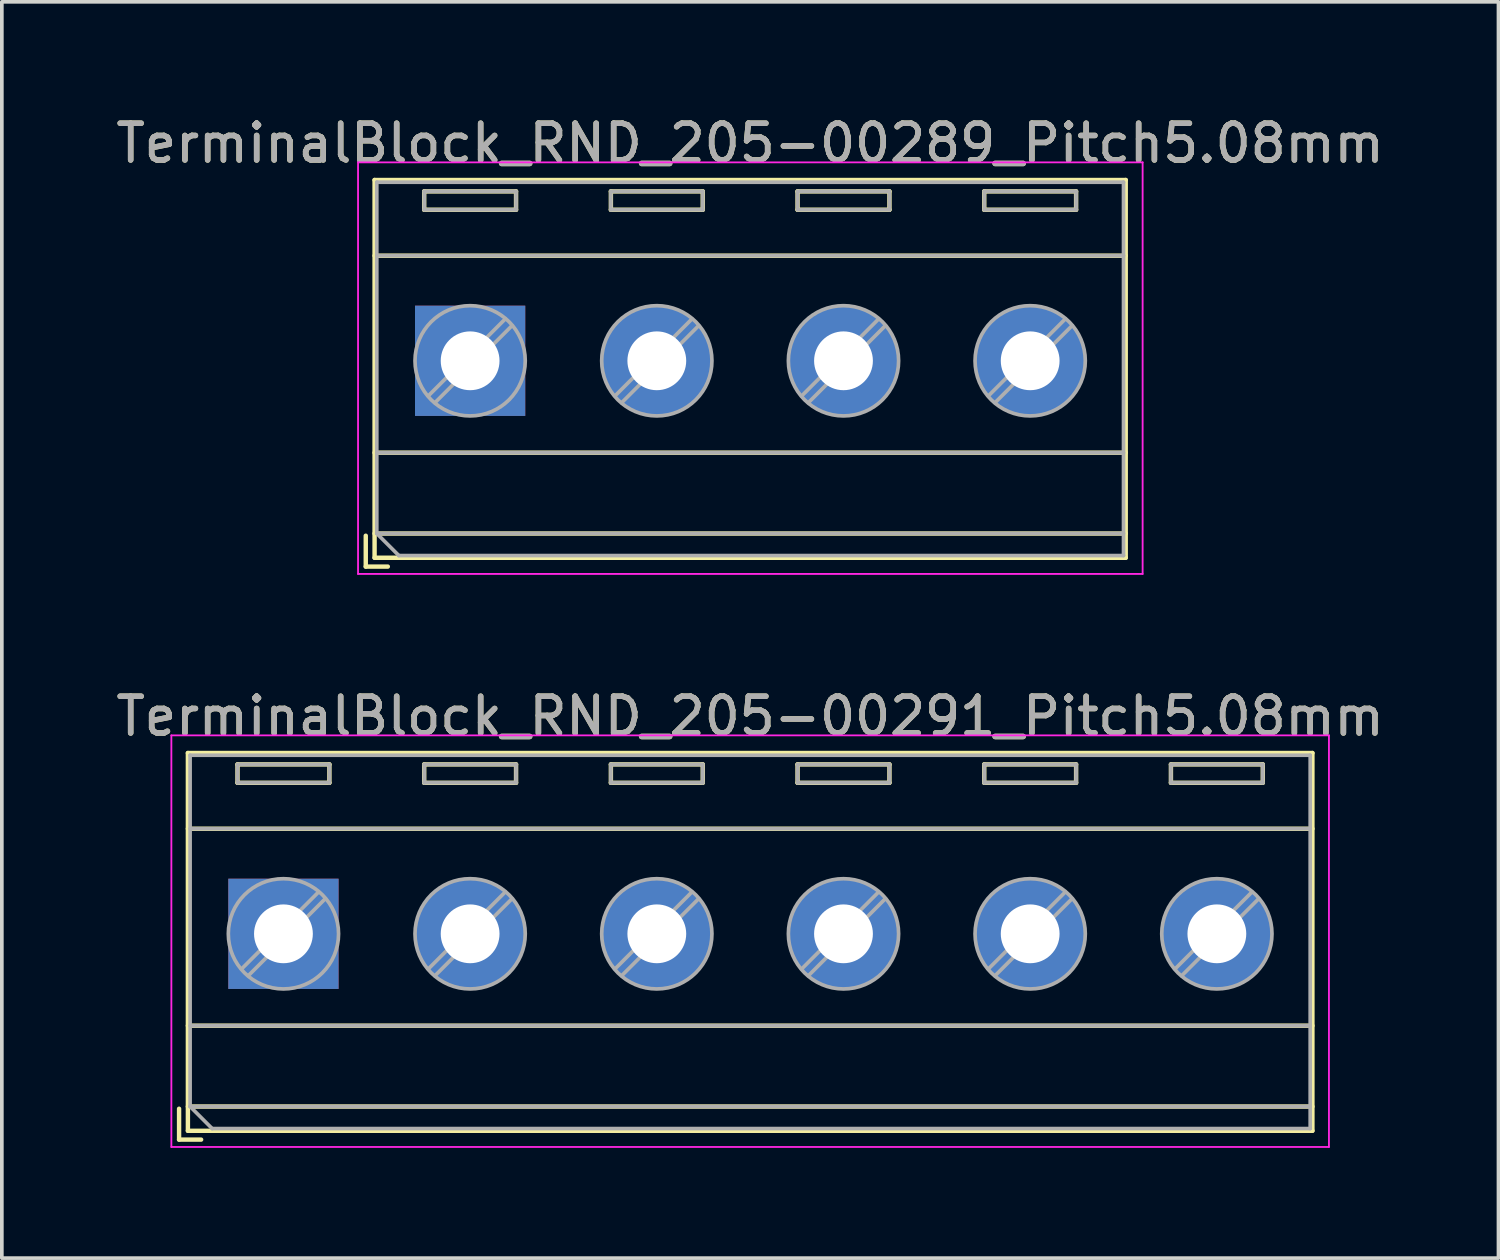
<source format=kicad_pcb>
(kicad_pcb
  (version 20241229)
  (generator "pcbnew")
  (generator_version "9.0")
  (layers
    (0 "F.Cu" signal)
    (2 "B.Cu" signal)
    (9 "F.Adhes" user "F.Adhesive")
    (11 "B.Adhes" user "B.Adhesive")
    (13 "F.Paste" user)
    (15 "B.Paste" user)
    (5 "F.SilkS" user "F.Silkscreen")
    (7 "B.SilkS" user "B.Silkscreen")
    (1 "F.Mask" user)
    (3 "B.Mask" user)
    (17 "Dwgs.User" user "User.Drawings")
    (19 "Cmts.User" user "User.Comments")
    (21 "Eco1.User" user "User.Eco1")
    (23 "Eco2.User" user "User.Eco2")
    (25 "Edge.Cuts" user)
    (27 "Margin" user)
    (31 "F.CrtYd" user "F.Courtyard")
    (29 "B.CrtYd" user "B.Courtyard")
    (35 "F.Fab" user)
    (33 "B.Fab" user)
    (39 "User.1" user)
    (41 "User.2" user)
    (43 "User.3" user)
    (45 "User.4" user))
  (footprint "TerminalBlock_RND_205-00291_Pitch5.08mm"
    (layer "F.Cu")
    (at 4.663 22.361)
    (property "Reference" "TerminalBlock_RND_205-00291_Pitch5.08mm" (at 12.7 -5.92 0) (layer "F.SilkS") (effects (font (size 1 1) (thickness 0.15))))
    (attr through_hole)
    (fp_line (start -2.84 4.76) (end -2.84 5.6) (stroke (width 0.12) (type solid)) (layer "F.SilkS"))
    (fp_line (start -2.84 5.6) (end -2.24 5.6) (stroke (width 0.12) (type solid)) (layer "F.SilkS"))
    (fp_line (start -2.6 -4.92) (end -2.6 5.36) (stroke (width 0.12) (type solid)) (layer "F.SilkS"))
    (fp_line (start -2.6 -2.86) (end 28 -2.86) (stroke (width 0.12) (type solid)) (layer "F.SilkS"))
    (fp_line (start -2.6 2.5) (end 28 2.5) (stroke (width 0.12) (type solid)) (layer "F.SilkS"))
    (fp_line (start -2.6 4.7) (end 28 4.7) (stroke (width 0.12) (type solid)) (layer "F.SilkS"))
    (fp_line (start -2.6 5.36) (end 28 5.36) (stroke (width 0.12) (type solid)) (layer "F.SilkS"))
    (fp_line (start -1.25 -4.61) (end -1.25 -4.11) (stroke (width 0.12) (type solid)) (layer "F.SilkS"))
    (fp_line (start -1.25 -4.61) (end 1.25 -4.61) (stroke (width 0.12) (type solid)) (layer "F.SilkS"))
    (fp_line (start -1.25 -4.11) (end 1.25 -4.11) (stroke (width 0.12) (type solid)) (layer "F.SilkS"))
    (fp_line (start 1.25 -4.61) (end 1.25 -4.11) (stroke (width 0.12) (type solid)) (layer "F.SilkS"))
    (fp_line (start 3.83 -4.61) (end 3.83 -4.11) (stroke (width 0.12) (type solid)) (layer "F.SilkS"))
    (fp_line (start 3.83 -4.61) (end 6.33 -4.61) (stroke (width 0.12) (type solid)) (layer "F.SilkS"))
    (fp_line (start 3.83 -4.11) (end 6.33 -4.11) (stroke (width 0.12) (type solid)) (layer "F.SilkS"))
    (fp_line (start 6.33 -4.61) (end 6.33 -4.11) (stroke (width 0.12) (type solid)) (layer "F.SilkS"))
    (fp_line (start 8.91 -4.61) (end 8.91 -4.11) (stroke (width 0.12) (type solid)) (layer "F.SilkS"))
    (fp_line (start 8.91 -4.61) (end 11.41 -4.61) (stroke (width 0.12) (type solid)) (layer "F.SilkS"))
    (fp_line (start 8.91 -4.11) (end 11.41 -4.11) (stroke (width 0.12) (type solid)) (layer "F.SilkS"))
    (fp_line (start 11.41 -4.61) (end 11.41 -4.11) (stroke (width 0.12) (type solid)) (layer "F.SilkS"))
    (fp_line (start 13.99 -4.61) (end 13.99 -4.11) (stroke (width 0.12) (type solid)) (layer "F.SilkS"))
    (fp_line (start 13.99 -4.61) (end 16.49 -4.61) (stroke (width 0.12) (type solid)) (layer "F.SilkS"))
    (fp_line (start 13.99 -4.11) (end 16.49 -4.11) (stroke (width 0.12) (type solid)) (layer "F.SilkS"))
    (fp_line (start 16.49 -4.61) (end 16.49 -4.11) (stroke (width 0.12) (type solid)) (layer "F.SilkS"))
    (fp_line (start 19.07 -4.61) (end 19.07 -4.11) (stroke (width 0.12) (type solid)) (layer "F.SilkS"))
    (fp_line (start 19.07 -4.61) (end 21.57 -4.61) (stroke (width 0.12) (type solid)) (layer "F.SilkS"))
    (fp_line (start 19.07 -4.11) (end 21.57 -4.11) (stroke (width 0.12) (type solid)) (layer "F.SilkS"))
    (fp_line (start 21.57 -4.61) (end 21.57 -4.11) (stroke (width 0.12) (type solid)) (layer "F.SilkS"))
    (fp_line (start 24.15 -4.61) (end 24.15 -4.11) (stroke (width 0.12) (type solid)) (layer "F.SilkS"))
    (fp_line (start 24.15 -4.61) (end 26.65 -4.61) (stroke (width 0.12) (type solid)) (layer "F.SilkS"))
    (fp_line (start 24.15 -4.11) (end 26.65 -4.11) (stroke (width 0.12) (type solid)) (layer "F.SilkS"))
    (fp_line (start 26.65 -4.61) (end 26.65 -4.11) (stroke (width 0.12) (type solid)) (layer "F.SilkS"))
    (fp_line (start 28 -4.92) (end -2.6 -4.92) (stroke (width 0.12) (type solid)) (layer "F.SilkS"))
    (fp_line (start 28 5.36) (end 28 -4.92) (stroke (width 0.12) (type solid)) (layer "F.SilkS"))
    (fp_line (start -3.05 -5.4) (end -3.05 5.8) (stroke (width 0.05) (type solid)) (layer "F.CrtYd"))
    (fp_line (start -3.05 5.8) (end 28.45 5.8) (stroke (width 0.05) (type solid)) (layer "F.CrtYd"))
    (fp_line (start 28.45 -5.4) (end -3.05 -5.4) (stroke (width 0.05) (type solid)) (layer "F.CrtYd"))
    (fp_line (start 28.45 5.8) (end 28.45 -5.4) (stroke (width 0.05) (type solid)) (layer "F.CrtYd"))
    (fp_line (start -2.54 -4.86) (end 27.94 -4.86) (stroke (width 0.1) (type solid)) (layer "F.Fab"))
    (fp_line (start -2.54 -2.86) (end 27.94 -2.86) (stroke (width 0.1) (type solid)) (layer "F.Fab"))
    (fp_line (start -2.54 2.5) (end 27.94 2.5) (stroke (width 0.1) (type solid)) (layer "F.Fab"))
    (fp_line (start -2.54 4.7) (end -2.54 -4.86) (stroke (width 0.1) (type solid)) (layer "F.Fab"))
    (fp_line (start -2.54 4.7) (end 27.94 4.7) (stroke (width 0.1) (type solid)) (layer "F.Fab"))
    (fp_line (start -1.94 5.3) (end -2.54 4.7) (stroke (width 0.1) (type solid)) (layer "F.Fab"))
    (fp_line (start -1.25 -4.61) (end -1.25 -4.11) (stroke (width 0.1) (type solid)) (layer "F.Fab"))
    (fp_line (start -1.25 -4.11) (end 1.25 -4.11) (stroke (width 0.1) (type solid)) (layer "F.Fab"))
    (fp_line (start 0.955 -1.138) (end -1.138 0.955) (stroke (width 0.1) (type solid)) (layer "F.Fab"))
    (fp_line (start 1.138 -0.955) (end -0.955 1.138) (stroke (width 0.1) (type solid)) (layer "F.Fab"))
    (fp_line (start 1.25 -4.61) (end -1.25 -4.61) (stroke (width 0.1) (type solid)) (layer "F.Fab"))
    (fp_line (start 1.25 -4.11) (end 1.25 -4.61) (stroke (width 0.1) (type solid)) (layer "F.Fab"))
    (fp_line (start 3.83 -4.61) (end 3.83 -4.11) (stroke (width 0.1) (type solid)) (layer "F.Fab"))
    (fp_line (start 3.83 -4.11) (end 6.33 -4.11) (stroke (width 0.1) (type solid)) (layer "F.Fab"))
    (fp_line (start 6.035 -1.138) (end 3.943 0.955) (stroke (width 0.1) (type solid)) (layer "F.Fab"))
    (fp_line (start 6.218 -0.955) (end 4.126 1.138) (stroke (width 0.1) (type solid)) (layer "F.Fab"))
    (fp_line (start 6.33 -4.61) (end 3.83 -4.61) (stroke (width 0.1) (type solid)) (layer "F.Fab"))
    (fp_line (start 6.33 -4.11) (end 6.33 -4.61) (stroke (width 0.1) (type solid)) (layer "F.Fab"))
    (fp_line (start 8.91 -4.61) (end 8.91 -4.11) (stroke (width 0.1) (type solid)) (layer "F.Fab"))
    (fp_line (start 8.91 -4.11) (end 11.41 -4.11) (stroke (width 0.1) (type solid)) (layer "F.Fab"))
    (fp_line (start 11.115 -1.138) (end 9.023 0.955) (stroke (width 0.1) (type solid)) (layer "F.Fab"))
    (fp_line (start 11.298 -0.955) (end 9.206 1.138) (stroke (width 0.1) (type solid)) (layer "F.Fab"))
    (fp_line (start 11.41 -4.61) (end 8.91 -4.61) (stroke (width 0.1) (type solid)) (layer "F.Fab"))
    (fp_line (start 11.41 -4.11) (end 11.41 -4.61) (stroke (width 0.1) (type solid)) (layer "F.Fab"))
    (fp_line (start 13.99 -4.61) (end 13.99 -4.11) (stroke (width 0.1) (type solid)) (layer "F.Fab"))
    (fp_line (start 13.99 -4.11) (end 16.49 -4.11) (stroke (width 0.1) (type solid)) (layer "F.Fab"))
    (fp_line (start 16.195 -1.138) (end 14.103 0.955) (stroke (width 0.1) (type solid)) (layer "F.Fab"))
    (fp_line (start 16.378 -0.955) (end 14.286 1.138) (stroke (width 0.1) (type solid)) (layer "F.Fab"))
    (fp_line (start 16.49 -4.61) (end 13.99 -4.61) (stroke (width 0.1) (type solid)) (layer "F.Fab"))
    (fp_line (start 16.49 -4.11) (end 16.49 -4.61) (stroke (width 0.1) (type solid)) (layer "F.Fab"))
    (fp_line (start 19.07 -4.61) (end 19.07 -4.11) (stroke (width 0.1) (type solid)) (layer "F.Fab"))
    (fp_line (start 19.07 -4.11) (end 21.57 -4.11) (stroke (width 0.1) (type solid)) (layer "F.Fab"))
    (fp_line (start 21.275 -1.138) (end 19.183 0.955) (stroke (width 0.1) (type solid)) (layer "F.Fab"))
    (fp_line (start 21.458 -0.955) (end 19.366 1.138) (stroke (width 0.1) (type solid)) (layer "F.Fab"))
    (fp_line (start 21.57 -4.61) (end 19.07 -4.61) (stroke (width 0.1) (type solid)) (layer "F.Fab"))
    (fp_line (start 21.57 -4.11) (end 21.57 -4.61) (stroke (width 0.1) (type solid)) (layer "F.Fab"))
    (fp_line (start 24.15 -4.61) (end 24.15 -4.11) (stroke (width 0.1) (type solid)) (layer "F.Fab"))
    (fp_line (start 24.15 -4.11) (end 26.65 -4.11) (stroke (width 0.1) (type solid)) (layer "F.Fab"))
    (fp_line (start 26.355 -1.138) (end 24.263 0.955) (stroke (width 0.1) (type solid)) (layer "F.Fab"))
    (fp_line (start 26.538 -0.955) (end 24.446 1.138) (stroke (width 0.1) (type solid)) (layer "F.Fab"))
    (fp_line (start 26.65 -4.61) (end 24.15 -4.61) (stroke (width 0.1) (type solid)) (layer "F.Fab"))
    (fp_line (start 26.65 -4.11) (end 26.65 -4.61) (stroke (width 0.1) (type solid)) (layer "F.Fab"))
    (fp_line (start 27.94 -4.86) (end 27.94 5.3) (stroke (width 0.1) (type solid)) (layer "F.Fab"))
    (fp_line (start 27.94 5.3) (end -1.94 5.3) (stroke (width 0.1) (type solid)) (layer "F.Fab"))
    (fp_circle (center 0 0) (end 1.5 0) (stroke (width 0.1) (type solid)) (fill no) (layer "F.Fab"))
    (fp_circle (center 5.08 0) (end 6.58 0) (stroke (width 0.1) (type solid)) (fill no) (layer "F.Fab"))
    (fp_circle (center 10.16 0) (end 11.66 0) (stroke (width 0.1) (type solid)) (fill no) (layer "F.Fab"))
    (fp_circle (center 15.24 0) (end 16.74 0) (stroke (width 0.1) (type solid)) (fill no) (layer "F.Fab"))
    (fp_circle (center 20.32 0) (end 21.82 0) (stroke (width 0.1) (type solid)) (fill no) (layer "F.Fab"))
    (fp_circle (center 25.4 0) (end 26.9 0) (stroke (width 0.1) (type solid)) (fill no) (layer "F.Fab"))
    (fp_text user "${REFERENCE}" (at 12.7 -5.92 0) (layer "F.Fab") (effects (font (size 1 1) (thickness 0.15))))
    (pad "1" thru_hole rect (at 0 0) (size 3 3) (drill 1.6) (layers "*.Cu" "*.Mask"))
    (pad "2" thru_hole oval (at 5.08 0) (size 3 3) (drill 1.6) (layers "*.Cu" "*.Mask"))
    (pad "3" thru_hole oval (at 10.16 0) (size 3 3) (drill 1.6) (layers "*.Cu" "*.Mask"))
    (pad "4" thru_hole oval (at 15.24 0) (size 3 3) (drill 1.6) (layers "*.Cu" "*.Mask"))
    (pad "5" thru_hole oval (at 20.32 0) (size 3 3) (drill 1.6) (layers "*.Cu" "*.Mask"))
    (pad "6" thru_hole oval (at 25.4 0) (size 3 3) (drill 1.6) (layers "*.Cu" "*.Mask")))
  (footprint "TerminalBlock_RND_205-00289_Pitch5.08mm"
    (layer "F.Cu")
    (at 9.743 6.768)
    (property "Reference" "TerminalBlock_RND_205-00289_Pitch5.08mm" (at 7.62 -5.92 0) (layer "F.SilkS") (effects (font (size 1 1) (thickness 0.15))))
    (attr through_hole)
    (fp_line (start -2.84 4.76) (end -2.84 5.6) (stroke (width 0.12) (type solid)) (layer "F.SilkS"))
    (fp_line (start -2.84 5.6) (end -2.24 5.6) (stroke (width 0.12) (type solid)) (layer "F.SilkS"))
    (fp_line (start -2.6 -4.92) (end -2.6 5.36) (stroke (width 0.12) (type solid)) (layer "F.SilkS"))
    (fp_line (start -2.6 -2.86) (end 17.84 -2.86) (stroke (width 0.12) (type solid)) (layer "F.SilkS"))
    (fp_line (start -2.6 2.5) (end 17.84 2.5) (stroke (width 0.12) (type solid)) (layer "F.SilkS"))
    (fp_line (start -2.6 4.7) (end 17.84 4.7) (stroke (width 0.12) (type solid)) (layer "F.SilkS"))
    (fp_line (start -2.6 5.36) (end 17.84 5.36) (stroke (width 0.12) (type solid)) (layer "F.SilkS"))
    (fp_line (start -1.25 -4.61) (end -1.25 -4.11) (stroke (width 0.12) (type solid)) (layer "F.SilkS"))
    (fp_line (start -1.25 -4.61) (end 1.25 -4.61) (stroke (width 0.12) (type solid)) (layer "F.SilkS"))
    (fp_line (start -1.25 -4.11) (end 1.25 -4.11) (stroke (width 0.12) (type solid)) (layer "F.SilkS"))
    (fp_line (start 1.25 -4.61) (end 1.25 -4.11) (stroke (width 0.12) (type solid)) (layer "F.SilkS"))
    (fp_line (start 3.83 -4.61) (end 3.83 -4.11) (stroke (width 0.12) (type solid)) (layer "F.SilkS"))
    (fp_line (start 3.83 -4.61) (end 6.33 -4.61) (stroke (width 0.12) (type solid)) (layer "F.SilkS"))
    (fp_line (start 3.83 -4.11) (end 6.33 -4.11) (stroke (width 0.12) (type solid)) (layer "F.SilkS"))
    (fp_line (start 6.33 -4.61) (end 6.33 -4.11) (stroke (width 0.12) (type solid)) (layer "F.SilkS"))
    (fp_line (start 8.91 -4.61) (end 8.91 -4.11) (stroke (width 0.12) (type solid)) (layer "F.SilkS"))
    (fp_line (start 8.91 -4.61) (end 11.41 -4.61) (stroke (width 0.12) (type solid)) (layer "F.SilkS"))
    (fp_line (start 8.91 -4.11) (end 11.41 -4.11) (stroke (width 0.12) (type solid)) (layer "F.SilkS"))
    (fp_line (start 11.41 -4.61) (end 11.41 -4.11) (stroke (width 0.12) (type solid)) (layer "F.SilkS"))
    (fp_line (start 13.99 -4.61) (end 13.99 -4.11) (stroke (width 0.12) (type solid)) (layer "F.SilkS"))
    (fp_line (start 13.99 -4.61) (end 16.49 -4.61) (stroke (width 0.12) (type solid)) (layer "F.SilkS"))
    (fp_line (start 13.99 -4.11) (end 16.49 -4.11) (stroke (width 0.12) (type solid)) (layer "F.SilkS"))
    (fp_line (start 16.49 -4.61) (end 16.49 -4.11) (stroke (width 0.12) (type solid)) (layer "F.SilkS"))
    (fp_line (start 17.84 -4.92) (end -2.6 -4.92) (stroke (width 0.12) (type solid)) (layer "F.SilkS"))
    (fp_line (start 17.84 5.36) (end 17.84 -4.92) (stroke (width 0.12) (type solid)) (layer "F.SilkS"))
    (fp_line (start -3.05 -5.4) (end -3.05 5.8) (stroke (width 0.05) (type solid)) (layer "F.CrtYd"))
    (fp_line (start -3.05 5.8) (end 18.3 5.8) (stroke (width 0.05) (type solid)) (layer "F.CrtYd"))
    (fp_line (start 18.3 -5.4) (end -3.05 -5.4) (stroke (width 0.05) (type solid)) (layer "F.CrtYd"))
    (fp_line (start 18.3 5.8) (end 18.3 -5.4) (stroke (width 0.05) (type solid)) (layer "F.CrtYd"))
    (fp_line (start -2.54 -4.86) (end 17.78 -4.86) (stroke (width 0.1) (type solid)) (layer "F.Fab"))
    (fp_line (start -2.54 -2.86) (end 17.78 -2.86) (stroke (width 0.1) (type solid)) (layer "F.Fab"))
    (fp_line (start -2.54 2.5) (end 17.78 2.5) (stroke (width 0.1) (type solid)) (layer "F.Fab"))
    (fp_line (start -2.54 4.7) (end -2.54 -4.86) (stroke (width 0.1) (type solid)) (layer "F.Fab"))
    (fp_line (start -2.54 4.7) (end 17.78 4.7) (stroke (width 0.1) (type solid)) (layer "F.Fab"))
    (fp_line (start -1.94 5.3) (end -2.54 4.7) (stroke (width 0.1) (type solid)) (layer "F.Fab"))
    (fp_line (start -1.25 -4.61) (end -1.25 -4.11) (stroke (width 0.1) (type solid)) (layer "F.Fab"))
    (fp_line (start -1.25 -4.11) (end 1.25 -4.11) (stroke (width 0.1) (type solid)) (layer "F.Fab"))
    (fp_line (start 0.955 -1.138) (end -1.138 0.955) (stroke (width 0.1) (type solid)) (layer "F.Fab"))
    (fp_line (start 1.138 -0.955) (end -0.955 1.138) (stroke (width 0.1) (type solid)) (layer "F.Fab"))
    (fp_line (start 1.25 -4.61) (end -1.25 -4.61) (stroke (width 0.1) (type solid)) (layer "F.Fab"))
    (fp_line (start 1.25 -4.11) (end 1.25 -4.61) (stroke (width 0.1) (type solid)) (layer "F.Fab"))
    (fp_line (start 3.83 -4.61) (end 3.83 -4.11) (stroke (width 0.1) (type solid)) (layer "F.Fab"))
    (fp_line (start 3.83 -4.11) (end 6.33 -4.11) (stroke (width 0.1) (type solid)) (layer "F.Fab"))
    (fp_line (start 6.035 -1.138) (end 3.943 0.955) (stroke (width 0.1) (type solid)) (layer "F.Fab"))
    (fp_line (start 6.218 -0.955) (end 4.126 1.138) (stroke (width 0.1) (type solid)) (layer "F.Fab"))
    (fp_line (start 6.33 -4.61) (end 3.83 -4.61) (stroke (width 0.1) (type solid)) (layer "F.Fab"))
    (fp_line (start 6.33 -4.11) (end 6.33 -4.61) (stroke (width 0.1) (type solid)) (layer "F.Fab"))
    (fp_line (start 8.91 -4.61) (end 8.91 -4.11) (stroke (width 0.1) (type solid)) (layer "F.Fab"))
    (fp_line (start 8.91 -4.11) (end 11.41 -4.11) (stroke (width 0.1) (type solid)) (layer "F.Fab"))
    (fp_line (start 11.115 -1.138) (end 9.023 0.955) (stroke (width 0.1) (type solid)) (layer "F.Fab"))
    (fp_line (start 11.298 -0.955) (end 9.206 1.138) (stroke (width 0.1) (type solid)) (layer "F.Fab"))
    (fp_line (start 11.41 -4.61) (end 8.91 -4.61) (stroke (width 0.1) (type solid)) (layer "F.Fab"))
    (fp_line (start 11.41 -4.11) (end 11.41 -4.61) (stroke (width 0.1) (type solid)) (layer "F.Fab"))
    (fp_line (start 13.99 -4.61) (end 13.99 -4.11) (stroke (width 0.1) (type solid)) (layer "F.Fab"))
    (fp_line (start 13.99 -4.11) (end 16.49 -4.11) (stroke (width 0.1) (type solid)) (layer "F.Fab"))
    (fp_line (start 16.195 -1.138) (end 14.103 0.955) (stroke (width 0.1) (type solid)) (layer "F.Fab"))
    (fp_line (start 16.378 -0.955) (end 14.286 1.138) (stroke (width 0.1) (type solid)) (layer "F.Fab"))
    (fp_line (start 16.49 -4.61) (end 13.99 -4.61) (stroke (width 0.1) (type solid)) (layer "F.Fab"))
    (fp_line (start 16.49 -4.11) (end 16.49 -4.61) (stroke (width 0.1) (type solid)) (layer "F.Fab"))
    (fp_line (start 17.78 -4.86) (end 17.78 5.3) (stroke (width 0.1) (type solid)) (layer "F.Fab"))
    (fp_line (start 17.78 5.3) (end -1.94 5.3) (stroke (width 0.1) (type solid)) (layer "F.Fab"))
    (fp_circle (center 0 0) (end 1.5 0) (stroke (width 0.1) (type solid)) (fill no) (layer "F.Fab"))
    (fp_circle (center 5.08 0) (end 6.58 0) (stroke (width 0.1) (type solid)) (fill no) (layer "F.Fab"))
    (fp_circle (center 10.16 0) (end 11.66 0) (stroke (width 0.1) (type solid)) (fill no) (layer "F.Fab"))
    (fp_circle (center 15.24 0) (end 16.74 0) (stroke (width 0.1) (type solid)) (fill no) (layer "F.Fab"))
    (fp_text user "${REFERENCE}" (at 7.62 -5.92 0) (layer "F.Fab") (effects (font (size 1 1) (thickness 0.15))))
    (pad "1" thru_hole rect (at 0 0) (size 3 3) (drill 1.6) (layers "*.Cu" "*.Mask"))
    (pad "2" thru_hole oval (at 5.08 0) (size 3 3) (drill 1.6) (layers "*.Cu" "*.Mask"))
    (pad "3" thru_hole oval (at 10.16 0) (size 3 3) (drill 1.6) (layers "*.Cu" "*.Mask"))
    (pad "4" thru_hole oval (at 15.24 0) (size 3 3) (drill 1.6) (layers "*.Cu" "*.Mask")))
  (gr_rect
    (start -3 -3)
    (end 37.726 31.186)
    (stroke (width 0.1) (type default))
    (fill no)
    (layer "Edge.Cuts")))
</source>
